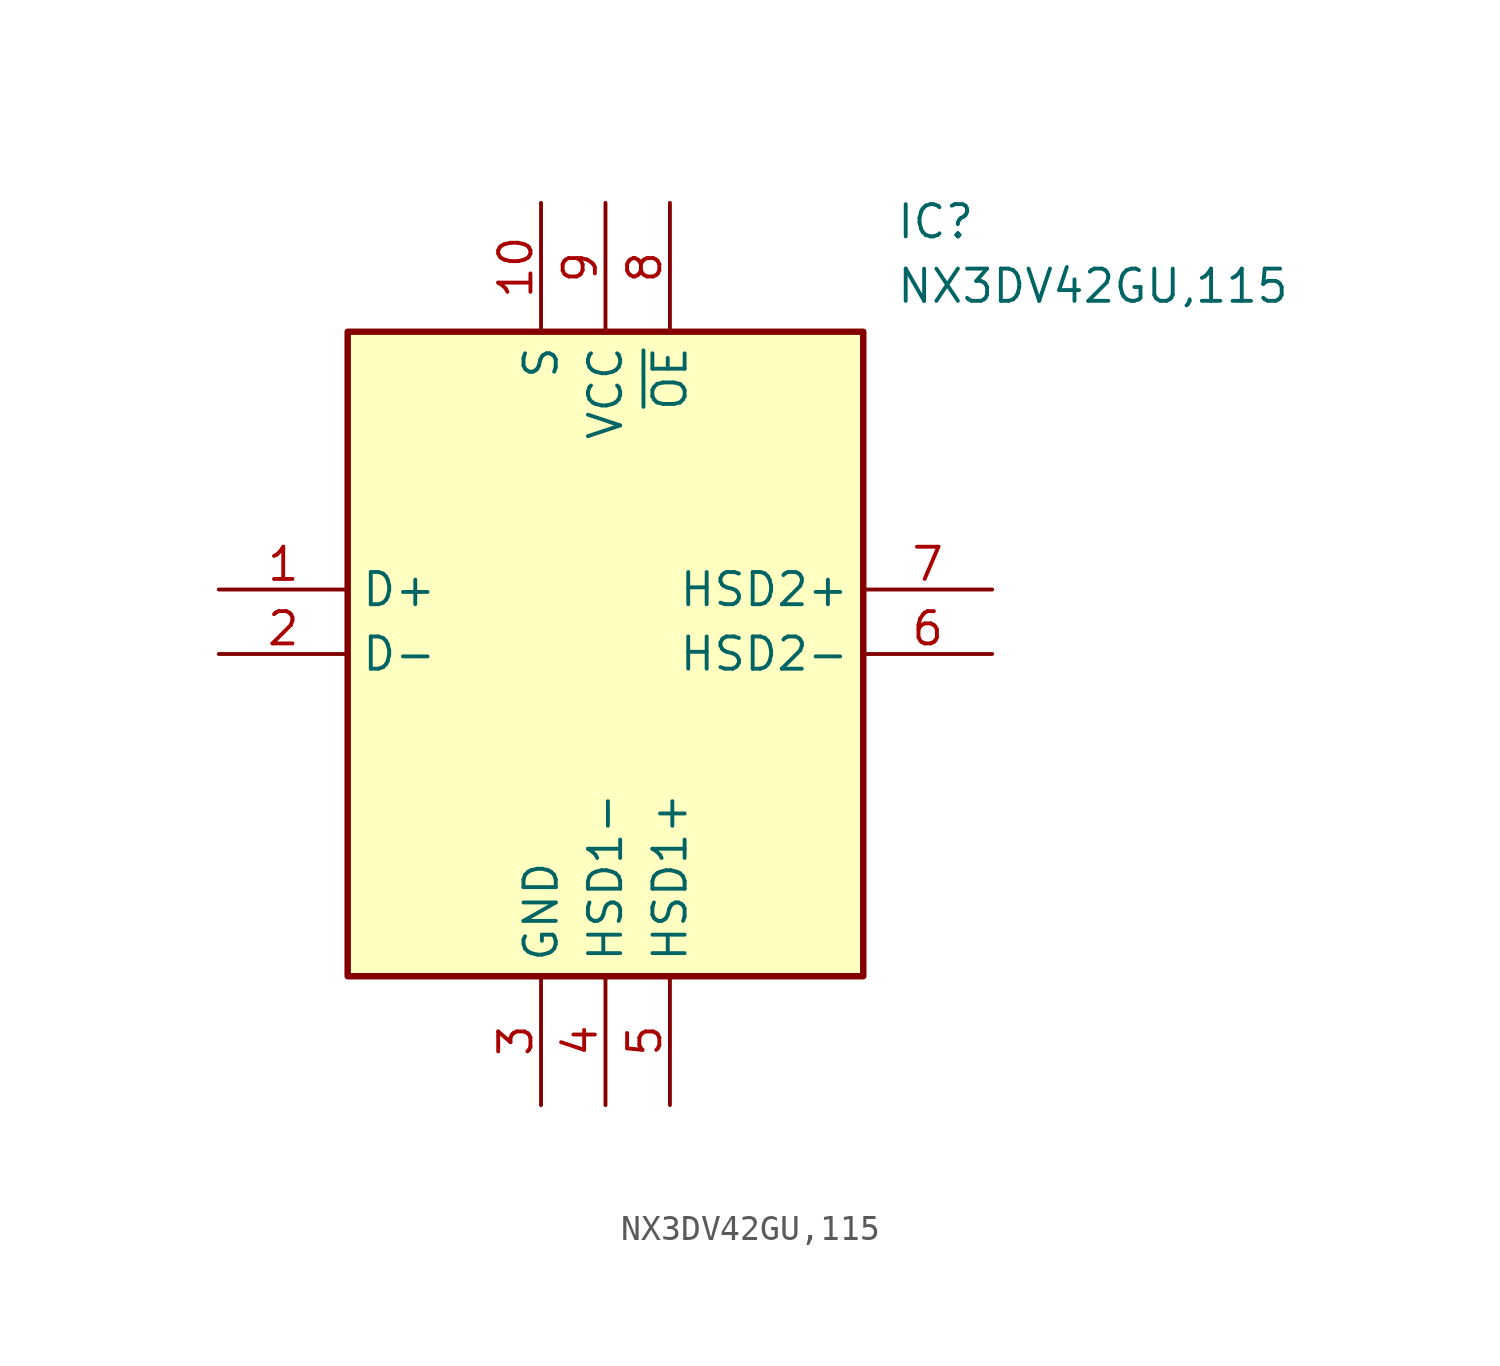
<source format=kicad_sym>
(kicad_symbol_lib
  (version 20211014)
  (generator SamacSys_ECAD_Model)
  (symbol "NX3DV42GU,115"
    (property "Reference" "IC"
      (at 26.67 15.24 0)
      (effects (font (size 1.27 1.27)) (justify left top)))
    (property "Value" "NX3DV42GU,115"
      (at 26.67 12.7 0)
      (effects (font (size 1.27 1.27)) (justify left top)))
    (rectangle
      (start 5.08 10.16)
      (end 25.4 -15.24)
      (stroke (width 0.254) (type default))
      (fill (type background)))
    (pin passive line
      (at 0 0 0)
      (length 5.08)
      (name "D+" (effects (font (size 1.27 1.27))))
      (number "1" (effects (font (size 1.27 1.27)))))
    (pin passive line
      (at 0 -2.54 0)
      (length 5.08)
      (name "D-" (effects (font (size 1.27 1.27))))
      (number "2" (effects (font (size 1.27 1.27)))))
    (pin passive line
      (at 12.7 -20.32 90)
      (length 5.08)
      (name "GND" (effects (font (size 1.27 1.27))))
      (number "3" (effects (font (size 1.27 1.27)))))
    (pin passive line
      (at 15.24 -20.32 90)
      (length 5.08)
      (name "HSD1-" (effects (font (size 1.27 1.27))))
      (number "4" (effects (font (size 1.27 1.27)))))
    (pin passive line
      (at 17.78 -20.32 90)
      (length 5.08)
      (name "HSD1+" (effects (font (size 1.27 1.27))))
      (number "5" (effects (font (size 1.27 1.27)))))
    (pin passive line
      (at 30.48 0 180)
      (length 5.08)
      (name "HSD2+" (effects (font (size 1.27 1.27))))
      (number "7" (effects (font (size 1.27 1.27)))))
    (pin passive line
      (at 30.48 -2.54 180)
      (length 5.08)
      (name "HSD2-" (effects (font (size 1.27 1.27))))
      (number "6" (effects (font (size 1.27 1.27)))))
    (pin passive line
      (at 12.7 15.24 270)
      (length 5.08)
      (name "S" (effects (font (size 1.27 1.27))))
      (number "10" (effects (font (size 1.27 1.27)))))
    (pin passive line
      (at 15.24 15.24 270)
      (length 5.08)
      (name "VCC" (effects (font (size 1.27 1.27))))
      (number "9" (effects (font (size 1.27 1.27)))))
    (pin passive line
      (at 17.78 15.24 270)
      (length 5.08)
      (name "~{OE}" (effects (font (size 1.27 1.27))))
      (number "8" (effects (font (size 1.27 1.27)))))))
</source>
